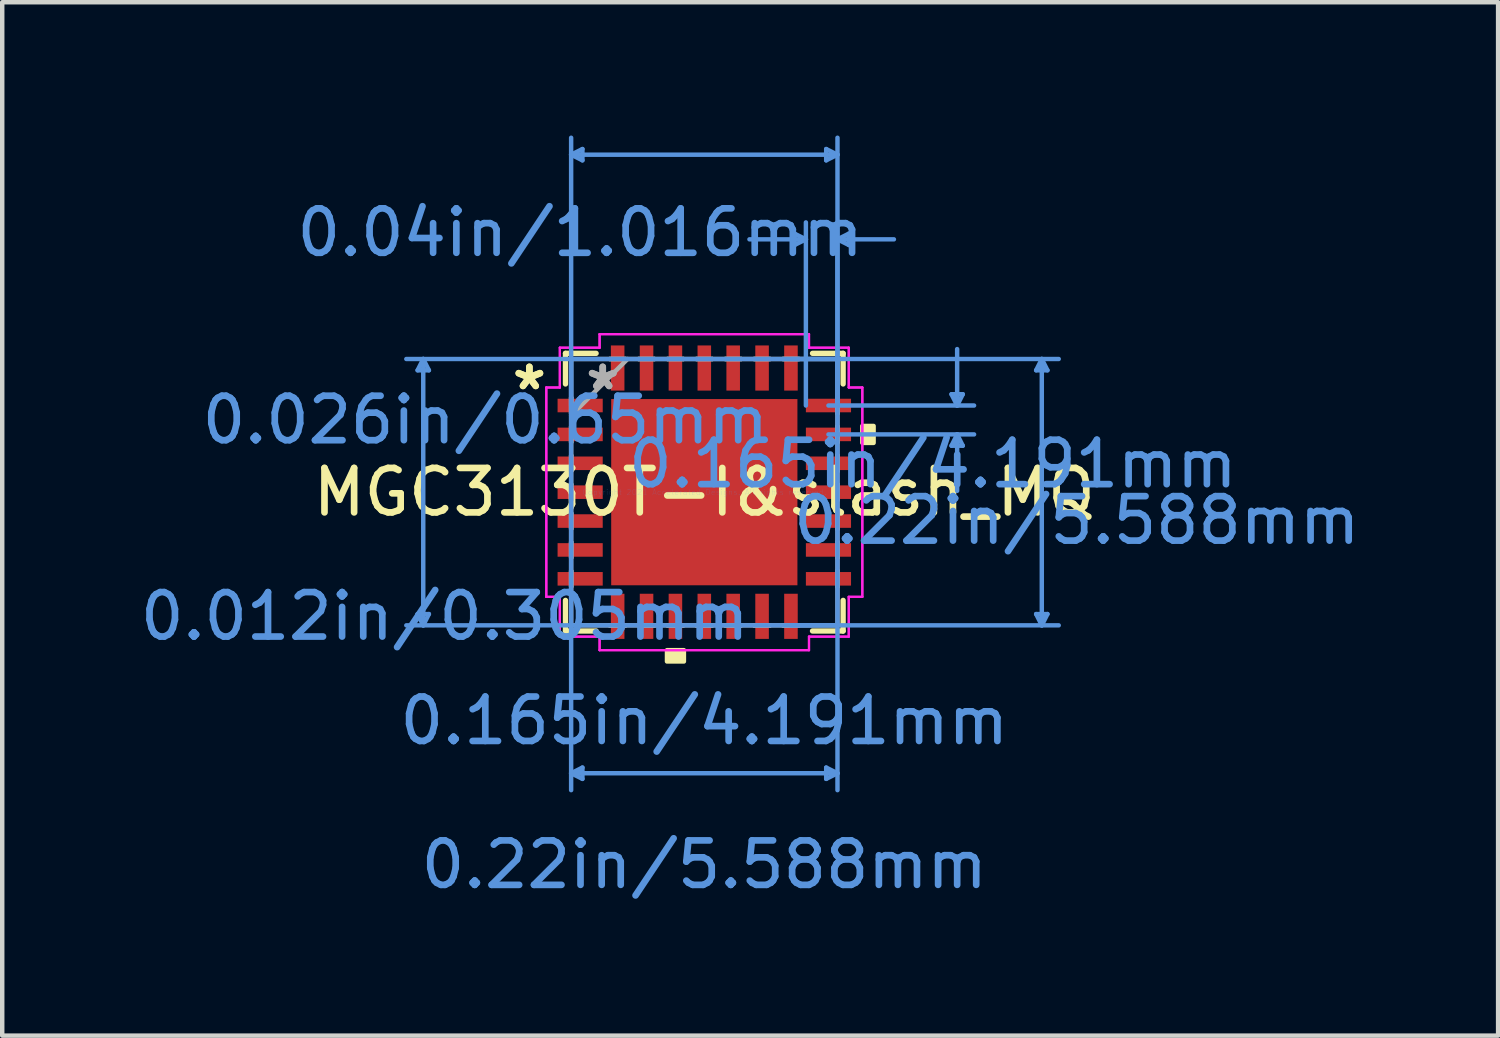
<source format=kicad_pcb>
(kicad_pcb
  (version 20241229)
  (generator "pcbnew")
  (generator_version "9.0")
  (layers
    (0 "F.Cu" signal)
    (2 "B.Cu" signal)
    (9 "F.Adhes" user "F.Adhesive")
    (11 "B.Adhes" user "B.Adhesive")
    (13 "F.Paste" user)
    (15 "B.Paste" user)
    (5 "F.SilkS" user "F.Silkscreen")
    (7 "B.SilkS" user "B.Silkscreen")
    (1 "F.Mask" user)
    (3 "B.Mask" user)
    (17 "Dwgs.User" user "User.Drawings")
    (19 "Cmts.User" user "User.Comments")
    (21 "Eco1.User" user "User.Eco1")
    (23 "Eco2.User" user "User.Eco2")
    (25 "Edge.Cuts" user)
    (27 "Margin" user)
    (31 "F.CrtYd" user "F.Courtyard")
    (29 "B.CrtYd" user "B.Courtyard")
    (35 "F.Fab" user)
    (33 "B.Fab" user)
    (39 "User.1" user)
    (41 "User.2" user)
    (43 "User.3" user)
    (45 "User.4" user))
  (footprint "MGC3130T-I&slash_MQ"
    (layer "F.Cu")
    (at 12.8 8.026)
    (property "Reference" "MGC3130T-I&slash_MQ" (at 0 0 0) (layer "F.SilkS") (effects (font (size 1 1) (thickness 0.15))))
    (attr through_hole)
    (fp_line (start -3.124 -3.124) (end -3.124 -2.435) (stroke (width 0.12) (type solid)) (layer "F.SilkS"))
    (fp_line (start -3.124 2.435) (end -3.124 3.124) (stroke (width 0.12) (type solid)) (layer "F.SilkS"))
    (fp_line (start -3.124 3.124) (end -2.435 3.124) (stroke (width 0.12) (type solid)) (layer "F.SilkS"))
    (fp_line (start -2.435 -3.124) (end -3.124 -3.124) (stroke (width 0.12) (type solid)) (layer "F.SilkS"))
    (fp_line (start 2.435 3.124) (end 3.124 3.124) (stroke (width 0.12) (type solid)) (layer "F.SilkS"))
    (fp_line (start 3.124 -3.124) (end 2.435 -3.124) (stroke (width 0.12) (type solid)) (layer "F.SilkS"))
    (fp_line (start 3.124 -2.435) (end 3.124 -3.124) (stroke (width 0.12) (type solid)) (layer "F.SilkS"))
    (fp_line (start 3.124 3.124) (end 3.124 2.435) (stroke (width 0.12) (type solid)) (layer "F.SilkS"))
    (fp_poly (pts (xy -0.84 3.556) (xy -0.84 3.81) (xy -0.459 3.81) (xy -0.459 3.556)) (stroke (width 0.1) (type solid)) (fill yes) (layer "F.SilkS"))
    (fp_poly (pts (xy 3.81 -1.49) (xy 3.81 -1.109) (xy 3.556 -1.109) (xy 3.556 -1.49)) (stroke (width 0.1) (type solid)) (fill yes) (layer "F.SilkS"))
    (fp_poly (pts (xy -1.996 -1.996) (xy -1.996 -0.798) (xy -0.798 -0.798) (xy -0.798 -1.996)) (stroke (width 0.1) (type solid)) (fill yes) (layer "F.Paste"))
    (fp_poly (pts (xy -1.996 -0.599) (xy -1.996 0.599) (xy -0.798 0.599) (xy -0.798 -0.599)) (stroke (width 0.1) (type solid)) (fill yes) (layer "F.Paste"))
    (fp_poly (pts (xy -1.996 0.798) (xy -1.996 1.996) (xy -0.798 1.996) (xy -0.798 0.798)) (stroke (width 0.1) (type solid)) (fill yes) (layer "F.Paste"))
    (fp_poly (pts (xy -0.599 -1.996) (xy -0.599 -0.798) (xy 0.599 -0.798) (xy 0.599 -1.996)) (stroke (width 0.1) (type solid)) (fill yes) (layer "F.Paste"))
    (fp_poly (pts (xy -0.599 -0.599) (xy -0.599 0.599) (xy 0.599 0.599) (xy 0.599 -0.599)) (stroke (width 0.1) (type solid)) (fill yes) (layer "F.Paste"))
    (fp_poly (pts (xy -0.599 0.798) (xy -0.599 1.996) (xy 0.599 1.996) (xy 0.599 0.798)) (stroke (width 0.1) (type solid)) (fill yes) (layer "F.Paste"))
    (fp_poly (pts (xy 0.798 -1.996) (xy 0.798 -0.798) (xy 1.996 -0.798) (xy 1.996 -1.996)) (stroke (width 0.1) (type solid)) (fill yes) (layer "F.Paste"))
    (fp_poly (pts (xy 0.798 -0.599) (xy 0.798 0.599) (xy 1.996 0.599) (xy 1.996 -0.599)) (stroke (width 0.1) (type solid)) (fill yes) (layer "F.Paste"))
    (fp_poly (pts (xy 0.798 0.798) (xy 0.798 1.996) (xy 1.996 1.996) (xy 1.996 0.798)) (stroke (width 0.1) (type solid)) (fill yes) (layer "F.Paste"))
    (fp_line (start -6.452 -2.743) (end -6.198 -2.743) (stroke (width 0.1) (type solid)) (layer "Cmts.User"))
    (fp_line (start -6.452 2.743) (end -6.198 2.743) (stroke (width 0.1) (type solid)) (layer "Cmts.User"))
    (fp_line (start -6.325 -2.997) (end -6.452 -2.743) (stroke (width 0.1) (type solid)) (layer "Cmts.User"))
    (fp_line (start -6.325 -2.997) (end -6.325 2.997) (stroke (width 0.1) (type solid)) (layer "Cmts.User"))
    (fp_line (start -6.325 -2.997) (end -6.198 -2.743) (stroke (width 0.1) (type solid)) (layer "Cmts.User"))
    (fp_line (start -6.325 2.997) (end -6.452 2.743) (stroke (width 0.1) (type solid)) (layer "Cmts.User"))
    (fp_line (start -6.325 2.997) (end -6.198 2.743) (stroke (width 0.1) (type solid)) (layer "Cmts.User"))
    (fp_line (start -2.997 -7.595) (end -2.743 -7.722) (stroke (width 0.1) (type solid)) (layer "Cmts.User"))
    (fp_line (start -2.997 -7.595) (end -2.743 -7.468) (stroke (width 0.1) (type solid)) (layer "Cmts.User"))
    (fp_line (start -2.997 -7.595) (end 2.997 -7.595) (stroke (width 0.1) (type solid)) (layer "Cmts.User"))
    (fp_line (start -2.997 -2.997) (end -2.997 6.706) (stroke (width 0.1) (type solid)) (layer "Cmts.User"))
    (fp_line (start -2.997 -1.95) (end -2.997 -7.976) (stroke (width 0.1) (type solid)) (layer "Cmts.User"))
    (fp_line (start -2.997 6.325) (end -2.743 6.198) (stroke (width 0.1) (type solid)) (layer "Cmts.User"))
    (fp_line (start -2.997 6.325) (end -2.743 6.452) (stroke (width 0.1) (type solid)) (layer "Cmts.User"))
    (fp_line (start -2.997 6.325) (end 2.997 6.325) (stroke (width 0.1) (type solid)) (layer "Cmts.User"))
    (fp_line (start -2.743 -7.722) (end -2.743 -7.468) (stroke (width 0.1) (type solid)) (layer "Cmts.User"))
    (fp_line (start -2.743 6.198) (end -2.743 6.452) (stroke (width 0.1) (type solid)) (layer "Cmts.User"))
    (fp_line (start 1.95 -2.997) (end 7.976 -2.997) (stroke (width 0.1) (type solid)) (layer "Cmts.User"))
    (fp_line (start 1.95 2.997) (end 7.976 2.997) (stroke (width 0.1) (type solid)) (layer "Cmts.User"))
    (fp_line (start 2.032 -5.817) (end 2.032 -5.563) (stroke (width 0.1) (type solid)) (layer "Cmts.User"))
    (fp_line (start 2.286 -5.69) (end 1.016 -5.69) (stroke (width 0.1) (type solid)) (layer "Cmts.User"))
    (fp_line (start 2.286 -5.69) (end 2.032 -5.817) (stroke (width 0.1) (type solid)) (layer "Cmts.User"))
    (fp_line (start 2.286 -5.69) (end 2.032 -5.563) (stroke (width 0.1) (type solid)) (layer "Cmts.User"))
    (fp_line (start 2.286 -1.95) (end 2.286 -6.071) (stroke (width 0.1) (type solid)) (layer "Cmts.User"))
    (fp_line (start 2.743 -7.722) (end 2.743 -7.468) (stroke (width 0.1) (type solid)) (layer "Cmts.User"))
    (fp_line (start 2.743 6.198) (end 2.743 6.452) (stroke (width 0.1) (type solid)) (layer "Cmts.User"))
    (fp_line (start 2.794 -1.95) (end 6.071 -1.95) (stroke (width 0.1) (type solid)) (layer "Cmts.User"))
    (fp_line (start 2.794 -1.3) (end 6.071 -1.3) (stroke (width 0.1) (type solid)) (layer "Cmts.User"))
    (fp_line (start 2.997 -7.595) (end 2.743 -7.722) (stroke (width 0.1) (type solid)) (layer "Cmts.User"))
    (fp_line (start 2.997 -7.595) (end 2.743 -7.468) (stroke (width 0.1) (type solid)) (layer "Cmts.User"))
    (fp_line (start 2.997 -5.69) (end 3.251 -5.817) (stroke (width 0.1) (type solid)) (layer "Cmts.User"))
    (fp_line (start 2.997 -5.69) (end 3.251 -5.563) (stroke (width 0.1) (type solid)) (layer "Cmts.User"))
    (fp_line (start 2.997 -5.69) (end 4.267 -5.69) (stroke (width 0.1) (type solid)) (layer "Cmts.User"))
    (fp_line (start 2.997 -2.997) (end -6.706 -2.997) (stroke (width 0.1) (type solid)) (layer "Cmts.User"))
    (fp_line (start 2.997 -2.997) (end 2.997 6.706) (stroke (width 0.1) (type solid)) (layer "Cmts.User"))
    (fp_line (start 2.997 -1.95) (end 2.997 -7.976) (stroke (width 0.1) (type solid)) (layer "Cmts.User"))
    (fp_line (start 2.997 -1.95) (end 2.997 -6.071) (stroke (width 0.1) (type solid)) (layer "Cmts.User"))
    (fp_line (start 2.997 2.997) (end -6.706 2.997) (stroke (width 0.1) (type solid)) (layer "Cmts.User"))
    (fp_line (start 2.997 6.325) (end 2.743 6.198) (stroke (width 0.1) (type solid)) (layer "Cmts.User"))
    (fp_line (start 2.997 6.325) (end 2.743 6.452) (stroke (width 0.1) (type solid)) (layer "Cmts.User"))
    (fp_line (start 3.251 -5.817) (end 3.251 -5.563) (stroke (width 0.1) (type solid)) (layer "Cmts.User"))
    (fp_line (start 5.563 -2.204) (end 5.817 -2.204) (stroke (width 0.1) (type solid)) (layer "Cmts.User"))
    (fp_line (start 5.563 -1.046) (end 5.817 -1.046) (stroke (width 0.1) (type solid)) (layer "Cmts.User"))
    (fp_line (start 5.69 -1.95) (end 5.563 -2.204) (stroke (width 0.1) (type solid)) (layer "Cmts.User"))
    (fp_line (start 5.69 -1.95) (end 5.69 -3.22) (stroke (width 0.1) (type solid)) (layer "Cmts.User"))
    (fp_line (start 5.69 -1.95) (end 5.817 -2.204) (stroke (width 0.1) (type solid)) (layer "Cmts.User"))
    (fp_line (start 5.69 -1.3) (end 5.563 -1.046) (stroke (width 0.1) (type solid)) (layer "Cmts.User"))
    (fp_line (start 5.69 -1.3) (end 5.69 -0.03) (stroke (width 0.1) (type solid)) (layer "Cmts.User"))
    (fp_line (start 5.69 -1.3) (end 5.817 -1.046) (stroke (width 0.1) (type solid)) (layer "Cmts.User"))
    (fp_line (start 7.468 -2.743) (end 7.722 -2.743) (stroke (width 0.1) (type solid)) (layer "Cmts.User"))
    (fp_line (start 7.468 2.743) (end 7.722 2.743) (stroke (width 0.1) (type solid)) (layer "Cmts.User"))
    (fp_line (start 7.595 -2.997) (end 7.468 -2.743) (stroke (width 0.1) (type solid)) (layer "Cmts.User"))
    (fp_line (start 7.595 -2.997) (end 7.595 2.997) (stroke (width 0.1) (type solid)) (layer "Cmts.User"))
    (fp_line (start 7.595 -2.997) (end 7.722 -2.743) (stroke (width 0.1) (type solid)) (layer "Cmts.User"))
    (fp_line (start 7.595 2.997) (end 7.468 2.743) (stroke (width 0.1) (type solid)) (layer "Cmts.User"))
    (fp_line (start 7.595 2.997) (end 7.722 2.743) (stroke (width 0.1) (type solid)) (layer "Cmts.User"))
    (fp_line (start -3.556 -2.356) (end -3.251 -2.356) (stroke (width 0.05) (type solid)) (layer "F.CrtYd"))
    (fp_line (start -3.556 -2.356) (end -3.251 -2.356) (stroke (width 0.05) (type solid)) (layer "F.CrtYd"))
    (fp_line (start -3.556 2.356) (end -3.556 -2.356) (stroke (width 0.05) (type solid)) (layer "F.CrtYd"))
    (fp_line (start -3.556 2.356) (end -3.556 -2.356) (stroke (width 0.05) (type solid)) (layer "F.CrtYd"))
    (fp_line (start -3.251 -3.251) (end -2.356 -3.251) (stroke (width 0.05) (type solid)) (layer "F.CrtYd"))
    (fp_line (start -3.251 -3.251) (end -2.356 -3.251) (stroke (width 0.05) (type solid)) (layer "F.CrtYd"))
    (fp_line (start -3.251 -2.356) (end -3.251 -3.251) (stroke (width 0.05) (type solid)) (layer "F.CrtYd"))
    (fp_line (start -3.251 -2.356) (end -3.251 -3.251) (stroke (width 0.05) (type solid)) (layer "F.CrtYd"))
    (fp_line (start -3.251 2.356) (end -3.556 2.356) (stroke (width 0.05) (type solid)) (layer "F.CrtYd"))
    (fp_line (start -3.251 2.356) (end -3.556 2.356) (stroke (width 0.05) (type solid)) (layer "F.CrtYd"))
    (fp_line (start -3.251 3.251) (end -3.251 2.356) (stroke (width 0.05) (type solid)) (layer "F.CrtYd"))
    (fp_line (start -3.251 3.251) (end -3.251 2.356) (stroke (width 0.05) (type solid)) (layer "F.CrtYd"))
    (fp_line (start -2.356 -3.556) (end 2.356 -3.556) (stroke (width 0.05) (type solid)) (layer "F.CrtYd"))
    (fp_line (start -2.356 -3.556) (end 2.356 -3.556) (stroke (width 0.05) (type solid)) (layer "F.CrtYd"))
    (fp_line (start -2.356 -3.251) (end -2.356 -3.556) (stroke (width 0.05) (type solid)) (layer "F.CrtYd"))
    (fp_line (start -2.356 -3.251) (end -2.356 -3.556) (stroke (width 0.05) (type solid)) (layer "F.CrtYd"))
    (fp_line (start -2.356 3.251) (end -3.251 3.251) (stroke (width 0.05) (type solid)) (layer "F.CrtYd"))
    (fp_line (start -2.356 3.251) (end -3.251 3.251) (stroke (width 0.05) (type solid)) (layer "F.CrtYd"))
    (fp_line (start -2.356 3.556) (end -2.356 3.251) (stroke (width 0.05) (type solid)) (layer "F.CrtYd"))
    (fp_line (start -2.356 3.556) (end -2.356 3.251) (stroke (width 0.05) (type solid)) (layer "F.CrtYd"))
    (fp_line (start 2.356 -3.556) (end 2.356 -3.251) (stroke (width 0.05) (type solid)) (layer "F.CrtYd"))
    (fp_line (start 2.356 -3.556) (end 2.356 -3.251) (stroke (width 0.05) (type solid)) (layer "F.CrtYd"))
    (fp_line (start 2.356 -3.251) (end 3.251 -3.251) (stroke (width 0.05) (type solid)) (layer "F.CrtYd"))
    (fp_line (start 2.356 -3.251) (end 3.251 -3.251) (stroke (width 0.05) (type solid)) (layer "F.CrtYd"))
    (fp_line (start 2.356 3.251) (end 2.356 3.556) (stroke (width 0.05) (type solid)) (layer "F.CrtYd"))
    (fp_line (start 2.356 3.251) (end 2.356 3.556) (stroke (width 0.05) (type solid)) (layer "F.CrtYd"))
    (fp_line (start 2.356 3.556) (end -2.356 3.556) (stroke (width 0.05) (type solid)) (layer "F.CrtYd"))
    (fp_line (start 2.356 3.556) (end -2.356 3.556) (stroke (width 0.05) (type solid)) (layer "F.CrtYd"))
    (fp_line (start 3.251 -3.251) (end 3.251 -2.356) (stroke (width 0.05) (type solid)) (layer "F.CrtYd"))
    (fp_line (start 3.251 -3.251) (end 3.251 -2.356) (stroke (width 0.05) (type solid)) (layer "F.CrtYd"))
    (fp_line (start 3.251 -2.356) (end 3.556 -2.356) (stroke (width 0.05) (type solid)) (layer "F.CrtYd"))
    (fp_line (start 3.251 -2.356) (end 3.556 -2.356) (stroke (width 0.05) (type solid)) (layer "F.CrtYd"))
    (fp_line (start 3.251 2.356) (end 3.251 3.251) (stroke (width 0.05) (type solid)) (layer "F.CrtYd"))
    (fp_line (start 3.251 2.356) (end 3.251 3.251) (stroke (width 0.05) (type solid)) (layer "F.CrtYd"))
    (fp_line (start 3.251 3.251) (end 2.356 3.251) (stroke (width 0.05) (type solid)) (layer "F.CrtYd"))
    (fp_line (start 3.251 3.251) (end 2.356 3.251) (stroke (width 0.05) (type solid)) (layer "F.CrtYd"))
    (fp_line (start 3.556 -2.356) (end 3.556 2.356) (stroke (width 0.05) (type solid)) (layer "F.CrtYd"))
    (fp_line (start 3.556 -2.356) (end 3.556 2.356) (stroke (width 0.05) (type solid)) (layer "F.CrtYd"))
    (fp_line (start 3.556 2.356) (end 3.251 2.356) (stroke (width 0.05) (type solid)) (layer "F.CrtYd"))
    (fp_line (start 3.556 2.356) (end 3.251 2.356) (stroke (width 0.05) (type solid)) (layer "F.CrtYd"))
    (fp_line (start -2.997 -2.997) (end -2.997 -2.997) (stroke (width 0.1) (type solid)) (layer "F.Fab"))
    (fp_line (start -2.997 -2.997) (end -2.997 2.997) (stroke (width 0.1) (type solid)) (layer "F.Fab"))
    (fp_line (start -2.997 -2.128) (end -2.997 -2.128) (stroke (width 0.1) (type solid)) (layer "F.Fab"))
    (fp_line (start -2.997 -2.128) (end -2.997 -1.772) (stroke (width 0.1) (type solid)) (layer "F.Fab"))
    (fp_line (start -2.997 -1.772) (end -2.997 -2.128) (stroke (width 0.1) (type solid)) (layer "F.Fab"))
    (fp_line (start -2.997 -1.772) (end -2.997 -1.772) (stroke (width 0.1) (type solid)) (layer "F.Fab"))
    (fp_line (start -2.997 -1.727) (end -1.727 -2.997) (stroke (width 0.1) (type solid)) (layer "F.Fab"))
    (fp_line (start -2.997 -1.478) (end -2.997 -1.478) (stroke (width 0.1) (type solid)) (layer "F.Fab"))
    (fp_line (start -2.997 -1.478) (end -2.997 -1.122) (stroke (width 0.1) (type solid)) (layer "F.Fab"))
    (fp_line (start -2.997 -1.122) (end -2.997 -1.478) (stroke (width 0.1) (type solid)) (layer "F.Fab"))
    (fp_line (start -2.997 -1.122) (end -2.997 -1.122) (stroke (width 0.1) (type solid)) (layer "F.Fab"))
    (fp_line (start -2.997 -0.828) (end -2.997 -0.828) (stroke (width 0.1) (type solid)) (layer "F.Fab"))
    (fp_line (start -2.997 -0.828) (end -2.997 -0.472) (stroke (width 0.1) (type solid)) (layer "F.Fab"))
    (fp_line (start -2.997 -0.472) (end -2.997 -0.828) (stroke (width 0.1) (type solid)) (layer "F.Fab"))
    (fp_line (start -2.997 -0.472) (end -2.997 -0.472) (stroke (width 0.1) (type solid)) (layer "F.Fab"))
    (fp_line (start -2.997 -0.178) (end -2.997 -0.178) (stroke (width 0.1) (type solid)) (layer "F.Fab"))
    (fp_line (start -2.997 -0.178) (end -2.997 0.178) (stroke (width 0.1) (type solid)) (layer "F.Fab"))
    (fp_line (start -2.997 0.178) (end -2.997 -0.178) (stroke (width 0.1) (type solid)) (layer "F.Fab"))
    (fp_line (start -2.997 0.178) (end -2.997 0.178) (stroke (width 0.1) (type solid)) (layer "F.Fab"))
    (fp_line (start -2.997 0.472) (end -2.997 0.472) (stroke (width 0.1) (type solid)) (layer "F.Fab"))
    (fp_line (start -2.997 0.472) (end -2.997 0.828) (stroke (width 0.1) (type solid)) (layer "F.Fab"))
    (fp_line (start -2.997 0.828) (end -2.997 0.472) (stroke (width 0.1) (type solid)) (layer "F.Fab"))
    (fp_line (start -2.997 0.828) (end -2.997 0.828) (stroke (width 0.1) (type solid)) (layer "F.Fab"))
    (fp_line (start -2.997 1.122) (end -2.997 1.122) (stroke (width 0.1) (type solid)) (layer "F.Fab"))
    (fp_line (start -2.997 1.122) (end -2.997 1.478) (stroke (width 0.1) (type solid)) (layer "F.Fab"))
    (fp_line (start -2.997 1.478) (end -2.997 1.122) (stroke (width 0.1) (type solid)) (layer "F.Fab"))
    (fp_line (start -2.997 1.478) (end -2.997 1.478) (stroke (width 0.1) (type solid)) (layer "F.Fab"))
    (fp_line (start -2.997 1.772) (end -2.997 1.772) (stroke (width 0.1) (type solid)) (layer "F.Fab"))
    (fp_line (start -2.997 1.772) (end -2.997 2.128) (stroke (width 0.1) (type solid)) (layer "F.Fab"))
    (fp_line (start -2.997 2.128) (end -2.997 1.772) (stroke (width 0.1) (type solid)) (layer "F.Fab"))
    (fp_line (start -2.997 2.128) (end -2.997 2.128) (stroke (width 0.1) (type solid)) (layer "F.Fab"))
    (fp_line (start -2.997 2.997) (end -2.997 2.997) (stroke (width 0.1) (type solid)) (layer "F.Fab"))
    (fp_line (start -2.997 2.997) (end 2.997 2.997) (stroke (width 0.1) (type solid)) (layer "F.Fab"))
    (fp_line (start -2.128 -2.997) (end -2.128 -2.997) (stroke (width 0.1) (type solid)) (layer "F.Fab"))
    (fp_line (start -2.128 -2.997) (end -1.772 -2.997) (stroke (width 0.1) (type solid)) (layer "F.Fab"))
    (fp_line (start -2.128 2.997) (end -2.128 2.997) (stroke (width 0.1) (type solid)) (layer "F.Fab"))
    (fp_line (start -2.128 2.997) (end -1.772 2.997) (stroke (width 0.1) (type solid)) (layer "F.Fab"))
    (fp_line (start -1.772 -2.997) (end -2.128 -2.997) (stroke (width 0.1) (type solid)) (layer "F.Fab"))
    (fp_line (start -1.772 -2.997) (end -1.772 -2.997) (stroke (width 0.1) (type solid)) (layer "F.Fab"))
    (fp_line (start -1.772 2.997) (end -2.128 2.997) (stroke (width 0.1) (type solid)) (layer "F.Fab"))
    (fp_line (start -1.772 2.997) (end -1.772 2.997) (stroke (width 0.1) (type solid)) (layer "F.Fab"))
    (fp_line (start -1.478 -2.997) (end -1.478 -2.997) (stroke (width 0.1) (type solid)) (layer "F.Fab"))
    (fp_line (start -1.478 -2.997) (end -1.122 -2.997) (stroke (width 0.1) (type solid)) (layer "F.Fab"))
    (fp_line (start -1.478 2.997) (end -1.478 2.997) (stroke (width 0.1) (type solid)) (layer "F.Fab"))
    (fp_line (start -1.478 2.997) (end -1.122 2.997) (stroke (width 0.1) (type solid)) (layer "F.Fab"))
    (fp_line (start -1.122 -2.997) (end -1.478 -2.997) (stroke (width 0.1) (type solid)) (layer "F.Fab"))
    (fp_line (start -1.122 -2.997) (end -1.122 -2.997) (stroke (width 0.1) (type solid)) (layer "F.Fab"))
    (fp_line (start -1.122 2.997) (end -1.478 2.997) (stroke (width 0.1) (type solid)) (layer "F.Fab"))
    (fp_line (start -1.122 2.997) (end -1.122 2.997) (stroke (width 0.1) (type solid)) (layer "F.Fab"))
    (fp_line (start -0.828 -2.997) (end -0.828 -2.997) (stroke (width 0.1) (type solid)) (layer "F.Fab"))
    (fp_line (start -0.828 -2.997) (end -0.472 -2.997) (stroke (width 0.1) (type solid)) (layer "F.Fab"))
    (fp_line (start -0.828 2.997) (end -0.828 2.997) (stroke (width 0.1) (type solid)) (layer "F.Fab"))
    (fp_line (start -0.828 2.997) (end -0.472 2.997) (stroke (width 0.1) (type solid)) (layer "F.Fab"))
    (fp_line (start -0.472 -2.997) (end -0.828 -2.997) (stroke (width 0.1) (type solid)) (layer "F.Fab"))
    (fp_line (start -0.472 -2.997) (end -0.472 -2.997) (stroke (width 0.1) (type solid)) (layer "F.Fab"))
    (fp_line (start -0.472 2.997) (end -0.828 2.997) (stroke (width 0.1) (type solid)) (layer "F.Fab"))
    (fp_line (start -0.472 2.997) (end -0.472 2.997) (stroke (width 0.1) (type solid)) (layer "F.Fab"))
    (fp_line (start -0.178 -2.997) (end -0.178 -2.997) (stroke (width 0.1) (type solid)) (layer "F.Fab"))
    (fp_line (start -0.178 -2.997) (end 0.178 -2.997) (stroke (width 0.1) (type solid)) (layer "F.Fab"))
    (fp_line (start -0.178 2.997) (end -0.178 2.997) (stroke (width 0.1) (type solid)) (layer "F.Fab"))
    (fp_line (start -0.178 2.997) (end 0.178 2.997) (stroke (width 0.1) (type solid)) (layer "F.Fab"))
    (fp_line (start 0.178 -2.997) (end -0.178 -2.997) (stroke (width 0.1) (type solid)) (layer "F.Fab"))
    (fp_line (start 0.178 -2.997) (end 0.178 -2.997) (stroke (width 0.1) (type solid)) (layer "F.Fab"))
    (fp_line (start 0.178 2.997) (end -0.178 2.997) (stroke (width 0.1) (type solid)) (layer "F.Fab"))
    (fp_line (start 0.178 2.997) (end 0.178 2.997) (stroke (width 0.1) (type solid)) (layer "F.Fab"))
    (fp_line (start 0.472 -2.997) (end 0.472 -2.997) (stroke (width 0.1) (type solid)) (layer "F.Fab"))
    (fp_line (start 0.472 -2.997) (end 0.828 -2.997) (stroke (width 0.1) (type solid)) (layer "F.Fab"))
    (fp_line (start 0.472 2.997) (end 0.472 2.997) (stroke (width 0.1) (type solid)) (layer "F.Fab"))
    (fp_line (start 0.472 2.997) (end 0.828 2.997) (stroke (width 0.1) (type solid)) (layer "F.Fab"))
    (fp_line (start 0.828 -2.997) (end 0.472 -2.997) (stroke (width 0.1) (type solid)) (layer "F.Fab"))
    (fp_line (start 0.828 -2.997) (end 0.828 -2.997) (stroke (width 0.1) (type solid)) (layer "F.Fab"))
    (fp_line (start 0.828 2.997) (end 0.472 2.997) (stroke (width 0.1) (type solid)) (layer "F.Fab"))
    (fp_line (start 0.828 2.997) (end 0.828 2.997) (stroke (width 0.1) (type solid)) (layer "F.Fab"))
    (fp_line (start 1.122 -2.997) (end 1.122 -2.997) (stroke (width 0.1) (type solid)) (layer "F.Fab"))
    (fp_line (start 1.122 -2.997) (end 1.478 -2.997) (stroke (width 0.1) (type solid)) (layer "F.Fab"))
    (fp_line (start 1.122 2.997) (end 1.122 2.997) (stroke (width 0.1) (type solid)) (layer "F.Fab"))
    (fp_line (start 1.122 2.997) (end 1.478 2.997) (stroke (width 0.1) (type solid)) (layer "F.Fab"))
    (fp_line (start 1.478 -2.997) (end 1.122 -2.997) (stroke (width 0.1) (type solid)) (layer "F.Fab"))
    (fp_line (start 1.478 -2.997) (end 1.478 -2.997) (stroke (width 0.1) (type solid)) (layer "F.Fab"))
    (fp_line (start 1.478 2.997) (end 1.122 2.997) (stroke (width 0.1) (type solid)) (layer "F.Fab"))
    (fp_line (start 1.478 2.997) (end 1.478 2.997) (stroke (width 0.1) (type solid)) (layer "F.Fab"))
    (fp_line (start 1.772 -2.997) (end 1.772 -2.997) (stroke (width 0.1) (type solid)) (layer "F.Fab"))
    (fp_line (start 1.772 -2.997) (end 2.128 -2.997) (stroke (width 0.1) (type solid)) (layer "F.Fab"))
    (fp_line (start 1.772 2.997) (end 1.772 2.997) (stroke (width 0.1) (type solid)) (layer "F.Fab"))
    (fp_line (start 1.772 2.997) (end 2.128 2.997) (stroke (width 0.1) (type solid)) (layer "F.Fab"))
    (fp_line (start 2.128 -2.997) (end 1.772 -2.997) (stroke (width 0.1) (type solid)) (layer "F.Fab"))
    (fp_line (start 2.128 -2.997) (end 2.128 -2.997) (stroke (width 0.1) (type solid)) (layer "F.Fab"))
    (fp_line (start 2.128 2.997) (end 1.772 2.997) (stroke (width 0.1) (type solid)) (layer "F.Fab"))
    (fp_line (start 2.128 2.997) (end 2.128 2.997) (stroke (width 0.1) (type solid)) (layer "F.Fab"))
    (fp_line (start 2.997 -2.997) (end -2.997 -2.997) (stroke (width 0.1) (type solid)) (layer "F.Fab"))
    (fp_line (start 2.997 -2.997) (end 2.997 -2.997) (stroke (width 0.1) (type solid)) (layer "F.Fab"))
    (fp_line (start 2.997 -2.128) (end 2.997 -2.128) (stroke (width 0.1) (type solid)) (layer "F.Fab"))
    (fp_line (start 2.997 -2.128) (end 2.997 -1.772) (stroke (width 0.1) (type solid)) (layer "F.Fab"))
    (fp_line (start 2.997 -1.772) (end 2.997 -2.128) (stroke (width 0.1) (type solid)) (layer "F.Fab"))
    (fp_line (start 2.997 -1.772) (end 2.997 -1.772) (stroke (width 0.1) (type solid)) (layer "F.Fab"))
    (fp_line (start 2.997 -1.478) (end 2.997 -1.478) (stroke (width 0.1) (type solid)) (layer "F.Fab"))
    (fp_line (start 2.997 -1.478) (end 2.997 -1.122) (stroke (width 0.1) (type solid)) (layer "F.Fab"))
    (fp_line (start 2.997 -1.122) (end 2.997 -1.478) (stroke (width 0.1) (type solid)) (layer "F.Fab"))
    (fp_line (start 2.997 -1.122) (end 2.997 -1.122) (stroke (width 0.1) (type solid)) (layer "F.Fab"))
    (fp_line (start 2.997 -0.828) (end 2.997 -0.828) (stroke (width 0.1) (type solid)) (layer "F.Fab"))
    (fp_line (start 2.997 -0.828) (end 2.997 -0.472) (stroke (width 0.1) (type solid)) (layer "F.Fab"))
    (fp_line (start 2.997 -0.472) (end 2.997 -0.828) (stroke (width 0.1) (type solid)) (layer "F.Fab"))
    (fp_line (start 2.997 -0.472) (end 2.997 -0.472) (stroke (width 0.1) (type solid)) (layer "F.Fab"))
    (fp_line (start 2.997 -0.178) (end 2.997 -0.178) (stroke (width 0.1) (type solid)) (layer "F.Fab"))
    (fp_line (start 2.997 -0.178) (end 2.997 0.178) (stroke (width 0.1) (type solid)) (layer "F.Fab"))
    (fp_line (start 2.997 0.178) (end 2.997 -0.178) (stroke (width 0.1) (type solid)) (layer "F.Fab"))
    (fp_line (start 2.997 0.178) (end 2.997 0.178) (stroke (width 0.1) (type solid)) (layer "F.Fab"))
    (fp_line (start 2.997 0.472) (end 2.997 0.472) (stroke (width 0.1) (type solid)) (layer "F.Fab"))
    (fp_line (start 2.997 0.472) (end 2.997 0.828) (stroke (width 0.1) (type solid)) (layer "F.Fab"))
    (fp_line (start 2.997 0.828) (end 2.997 0.472) (stroke (width 0.1) (type solid)) (layer "F.Fab"))
    (fp_line (start 2.997 0.828) (end 2.997 0.828) (stroke (width 0.1) (type solid)) (layer "F.Fab"))
    (fp_line (start 2.997 1.122) (end 2.997 1.122) (stroke (width 0.1) (type solid)) (layer "F.Fab"))
    (fp_line (start 2.997 1.122) (end 2.997 1.478) (stroke (width 0.1) (type solid)) (layer "F.Fab"))
    (fp_line (start 2.997 1.478) (end 2.997 1.122) (stroke (width 0.1) (type solid)) (layer "F.Fab"))
    (fp_line (start 2.997 1.478) (end 2.997 1.478) (stroke (width 0.1) (type solid)) (layer "F.Fab"))
    (fp_line (start 2.997 1.772) (end 2.997 1.772) (stroke (width 0.1) (type solid)) (layer "F.Fab"))
    (fp_line (start 2.997 1.772) (end 2.997 2.128) (stroke (width 0.1) (type solid)) (layer "F.Fab"))
    (fp_line (start 2.997 2.128) (end 2.997 1.772) (stroke (width 0.1) (type solid)) (layer "F.Fab"))
    (fp_line (start 2.997 2.128) (end 2.997 2.128) (stroke (width 0.1) (type solid)) (layer "F.Fab"))
    (fp_line (start 2.997 2.997) (end 2.997 -2.997) (stroke (width 0.1) (type solid)) (layer "F.Fab"))
    (fp_line (start 2.997 2.997) (end 2.997 2.997) (stroke (width 0.1) (type solid)) (layer "F.Fab"))
    (fp_text user "*" (at -3.937 -2.275 0) (layer "F.SilkS") (effects (font (size 1 1) (thickness 0.15))))
    (fp_text user "*" (at -3.937 -2.275 0) (layer "F.SilkS") (effects (font (size 1 1) (thickness 0.15))))
    (fp_text user "0.04in/1.016mm" (at -2.794 -5.842 0) (layer "Cmts.User") (effects (font (size 1 1) (thickness 0.15))))
    (fp_text user "Copyright 2021 Accelerated Designs. All rights reserved." (at 0 0 0) (layer "Cmts.User") (effects (font (size 0.127 0.127) (thickness 0.002))))
    (fp_text user "0.22in/5.588mm" (at 8.382 0.635 0) (layer "Cmts.User") (effects (font (size 1 1) (thickness 0.15))))
    (fp_text user "0.165in/4.191mm" (at 5.144 -0.635 0) (layer "Cmts.User") (effects (font (size 1 1) (thickness 0.15))))
    (fp_text user "0.026in/0.65mm" (at -4.928 -1.625 0) (layer "Cmts.User") (effects (font (size 1 1) (thickness 0.15))))
    (fp_text user "0.012in/0.305mm" (at -5.842 2.794 0) (layer "Cmts.User") (effects (font (size 1 1) (thickness 0.15))))
    (fp_text user "0.165in/4.191mm" (at 0 5.144 0) (layer "Cmts.User") (effects (font (size 1 1) (thickness 0.15))))
    (fp_text user "0.22in/5.588mm" (at 0 8.382 0) (layer "Cmts.User") (effects (font (size 1 1) (thickness 0.15))))
    (fp_text user "*" (at -2.286 -2.275 0) (layer "F.Fab") (effects (font (size 1 1) (thickness 0.15))))
    (fp_text user "*" (at -2.286 -2.275 0) (layer "F.Fab") (effects (font (size 1 1) (thickness 0.15))))
    (pad "1" smd rect (at -2.794 -1.95 90) (size 0.305 1.016) (layers "F.Cu" "F.Mask" "F.Paste"))
    (pad "2" smd rect (at -2.794 -1.3 90) (size 0.305 1.016) (layers "F.Cu" "F.Mask" "F.Paste"))
    (pad "3" smd rect (at -2.794 -0.65 90) (size 0.305 1.016) (layers "F.Cu" "F.Mask" "F.Paste"))
    (pad "4" smd rect (at -2.794 0 90) (size 0.305 1.016) (layers "F.Cu" "F.Mask" "F.Paste"))
    (pad "5" smd rect (at -2.794 0.65 90) (size 0.305 1.016) (layers "F.Cu" "F.Mask" "F.Paste"))
    (pad "6" smd rect (at -2.794 1.3 90) (size 0.305 1.016) (layers "F.Cu" "F.Mask" "F.Paste"))
    (pad "7" smd rect (at -2.794 1.95 90) (size 0.305 1.016) (layers "F.Cu" "F.Mask" "F.Paste"))
    (pad "8" smd rect (at -1.95 2.794) (size 0.305 1.016) (layers "F.Cu" "F.Mask" "F.Paste"))
    (pad "9" smd rect (at -1.3 2.794) (size 0.305 1.016) (layers "F.Cu" "F.Mask" "F.Paste"))
    (pad "10" smd rect (at -0.65 2.794) (size 0.305 1.016) (layers "F.Cu" "F.Mask" "F.Paste"))
    (pad "11" smd rect (at 0 2.794) (size 0.305 1.016) (layers "F.Cu" "F.Mask" "F.Paste"))
    (pad "12" smd rect (at 0.65 2.794) (size 0.305 1.016) (layers "F.Cu" "F.Mask" "F.Paste"))
    (pad "13" smd rect (at 1.3 2.794) (size 0.305 1.016) (layers "F.Cu" "F.Mask" "F.Paste"))
    (pad "14" smd rect (at 1.95 2.794) (size 0.305 1.016) (layers "F.Cu" "F.Mask" "F.Paste"))
    (pad "15" smd rect (at 2.794 1.95 90) (size 0.305 1.016) (layers "F.Cu" "F.Mask" "F.Paste"))
    (pad "16" smd rect (at 2.794 1.3 90) (size 0.305 1.016) (layers "F.Cu" "F.Mask" "F.Paste"))
    (pad "17" smd rect (at 2.794 0.65 90) (size 0.305 1.016) (layers "F.Cu" "F.Mask" "F.Paste"))
    (pad "18" smd rect (at 2.794 0 90) (size 0.305 1.016) (layers "F.Cu" "F.Mask" "F.Paste"))
    (pad "19" smd rect (at 2.794 -0.65 90) (size 0.305 1.016) (layers "F.Cu" "F.Mask" "F.Paste"))
    (pad "20" smd rect (at 2.794 -1.3 90) (size 0.305 1.016) (layers "F.Cu" "F.Mask" "F.Paste"))
    (pad "21" smd rect (at 2.794 -1.95 90) (size 0.305 1.016) (layers "F.Cu" "F.Mask" "F.Paste"))
    (pad "22" smd rect (at 1.95 -2.794) (size 0.305 1.016) (layers "F.Cu" "F.Mask" "F.Paste"))
    (pad "23" smd rect (at 1.3 -2.794) (size 0.305 1.016) (layers "F.Cu" "F.Mask" "F.Paste"))
    (pad "24" smd rect (at 0.65 -2.794) (size 0.305 1.016) (layers "F.Cu" "F.Mask" "F.Paste"))
    (pad "25" smd rect (at 0 -2.794) (size 0.305 1.016) (layers "F.Cu" "F.Mask" "F.Paste"))
    (pad "26" smd rect (at -0.65 -2.794) (size 0.305 1.016) (layers "F.Cu" "F.Mask" "F.Paste"))
    (pad "27" smd rect (at -1.3 -2.794) (size 0.305 1.016) (layers "F.Cu" "F.Mask" "F.Paste"))
    (pad "28" smd rect (at -1.95 -2.794) (size 0.305 1.016) (layers "F.Cu" "F.Mask" "F.Paste"))
    (pad "29" smd rect (at 0 0) (size 4.191 4.191) (layers "F.Cu" "F.Mask")))
  (gr_rect
    (start -3 -3)
    (end 30.664 20.256)
    (stroke (width 0.1) (type default))
    (fill no)
    (layer "Edge.Cuts")))
</source>
